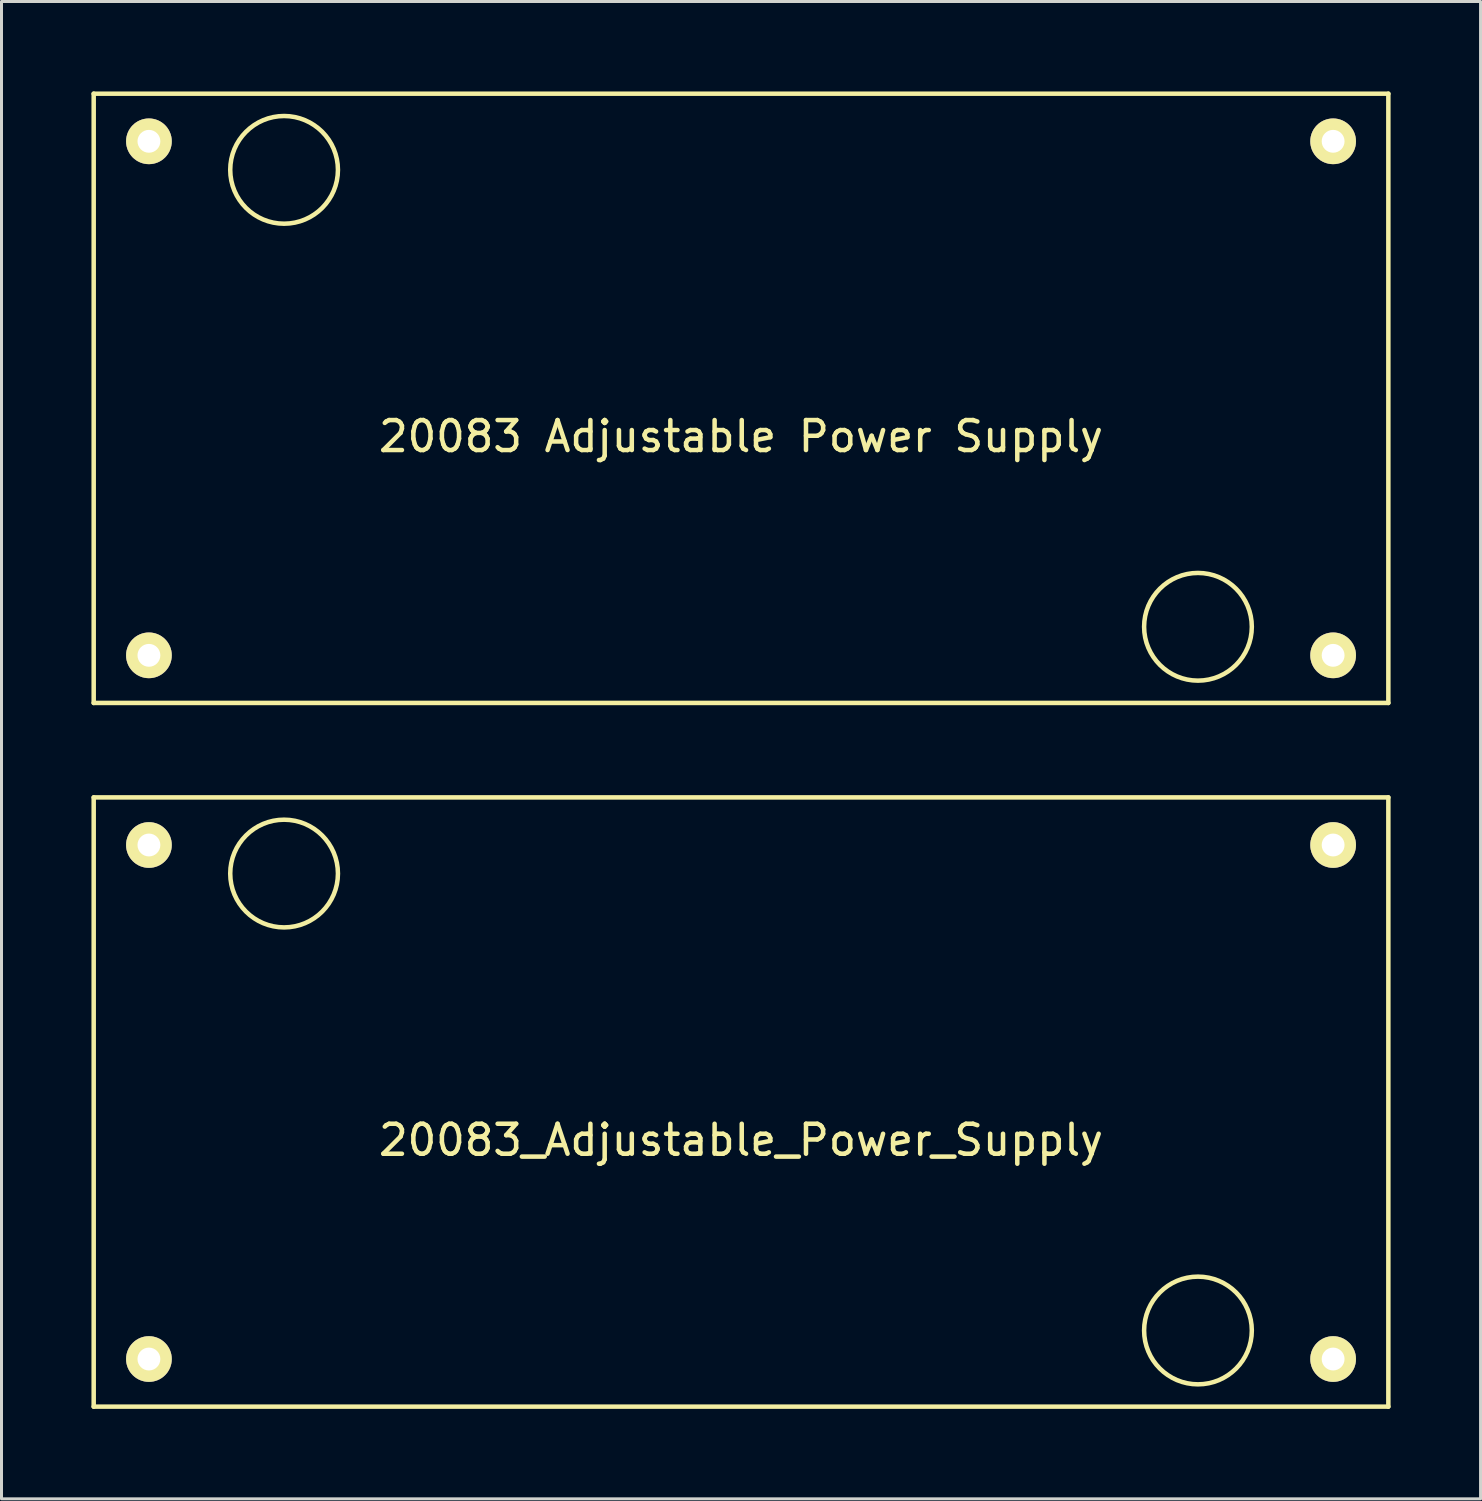
<source format=kicad_pcb>
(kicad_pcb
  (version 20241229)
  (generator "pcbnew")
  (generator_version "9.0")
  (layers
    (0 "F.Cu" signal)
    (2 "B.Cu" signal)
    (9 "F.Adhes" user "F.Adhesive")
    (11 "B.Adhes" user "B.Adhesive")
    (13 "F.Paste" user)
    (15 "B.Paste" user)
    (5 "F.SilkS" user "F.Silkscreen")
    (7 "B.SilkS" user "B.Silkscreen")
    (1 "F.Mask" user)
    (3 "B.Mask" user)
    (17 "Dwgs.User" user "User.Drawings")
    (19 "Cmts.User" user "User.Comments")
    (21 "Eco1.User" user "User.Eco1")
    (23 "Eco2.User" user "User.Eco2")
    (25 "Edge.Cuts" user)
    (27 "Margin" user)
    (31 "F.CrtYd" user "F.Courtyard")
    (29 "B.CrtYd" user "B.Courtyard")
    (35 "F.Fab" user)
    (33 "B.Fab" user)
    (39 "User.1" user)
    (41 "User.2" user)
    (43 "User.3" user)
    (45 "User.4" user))
  (footprint "20083 Adjustable Power Supply"
    (layer "F.Cu")
    (at 21.665 10.235)
    (property "Reference" "20083 Adjustable Power Supply" (at 0 1.27 0) (layer "F.SilkS") (effects (font (size 1 1) (thickness 0.15))))
    (attr through_hole)
    (fp_line (start -21.59 -10.16) (end -21.59 10.16) (stroke (width 0.15) (type solid)) (layer "F.SilkS"))
    (fp_line (start -21.59 10.16) (end 21.59 10.16) (stroke (width 0.15) (type solid)) (layer "F.SilkS"))
    (fp_line (start 21.59 -10.16) (end -21.59 -10.16) (stroke (width 0.15) (type solid)) (layer "F.SilkS"))
    (fp_line (start 21.59 10.16) (end 21.59 -10.16) (stroke (width 0.15) (type solid)) (layer "F.SilkS"))
    (fp_circle (center -15.24 -7.62) (end -16.51 -8.89) (stroke (width 0.15) (type solid)) (fill no) (layer "F.SilkS"))
    (fp_circle (center 15.24 7.62) (end 16.51 8.89) (stroke (width 0.15) (type solid)) (fill no) (layer "F.SilkS"))
    (pad "1" thru_hole circle (at -19.748 -8.572) (size 1.524 1.524) (drill 0.762) (layers "*.Cu" "*.Mask" "F.SilkS"))
    (pad "2" thru_hole circle (at -19.748 8.572) (size 1.524 1.524) (drill 0.762) (layers "*.Cu" "*.Mask" "F.SilkS"))
    (pad "3" thru_hole circle (at 19.748 8.572) (size 1.524 1.524) (drill 0.762) (layers "*.Cu" "*.Mask" "F.SilkS"))
    (pad "4" thru_hole circle (at 19.748 -8.572) (size 1.524 1.524) (drill 0.762) (layers "*.Cu" "*.Mask" "F.SilkS")))
  (footprint "20083_Adjustable_Power_Supply"
    (layer "F.Cu")
    (at 21.665 33.705)
    (property "Reference" "20083_Adjustable_Power_Supply" (at 0 1.27 0) (layer "F.SilkS") (effects (font (size 1 1) (thickness 0.15))))
    (attr through_hole)
    (fp_line (start -21.59 -10.16) (end -21.59 10.16) (stroke (width 0.15) (type solid)) (layer "F.SilkS"))
    (fp_line (start -21.59 10.16) (end 21.59 10.16) (stroke (width 0.15) (type solid)) (layer "F.SilkS"))
    (fp_line (start 21.59 -10.16) (end -21.59 -10.16) (stroke (width 0.15) (type solid)) (layer "F.SilkS"))
    (fp_line (start 21.59 10.16) (end 21.59 -10.16) (stroke (width 0.15) (type solid)) (layer "F.SilkS"))
    (fp_circle (center -15.24 -7.62) (end -16.51 -8.89) (stroke (width 0.15) (type solid)) (fill no) (layer "F.SilkS"))
    (fp_circle (center 15.24 7.62) (end 16.51 8.89) (stroke (width 0.15) (type solid)) (fill no) (layer "F.SilkS"))
    (pad "1" thru_hole circle (at -19.748 -8.572) (size 1.524 1.524) (drill 0.762) (layers "*.Cu" "*.Mask" "F.SilkS"))
    (pad "2" thru_hole circle (at -19.748 8.572) (size 1.524 1.524) (drill 0.762) (layers "*.Cu" "*.Mask" "F.SilkS"))
    (pad "3" thru_hole circle (at 19.748 8.572) (size 1.524 1.524) (drill 0.762) (layers "*.Cu" "*.Mask" "F.SilkS"))
    (pad "4" thru_hole circle (at 19.748 -8.572) (size 1.524 1.524) (drill 0.762) (layers "*.Cu" "*.Mask" "F.SilkS")))
  (gr_rect
    (start -3 -3)
    (end 46.33 46.94)
    (stroke (width 0.1) (type default))
    (fill no)
    (layer "Edge.Cuts")))
</source>
